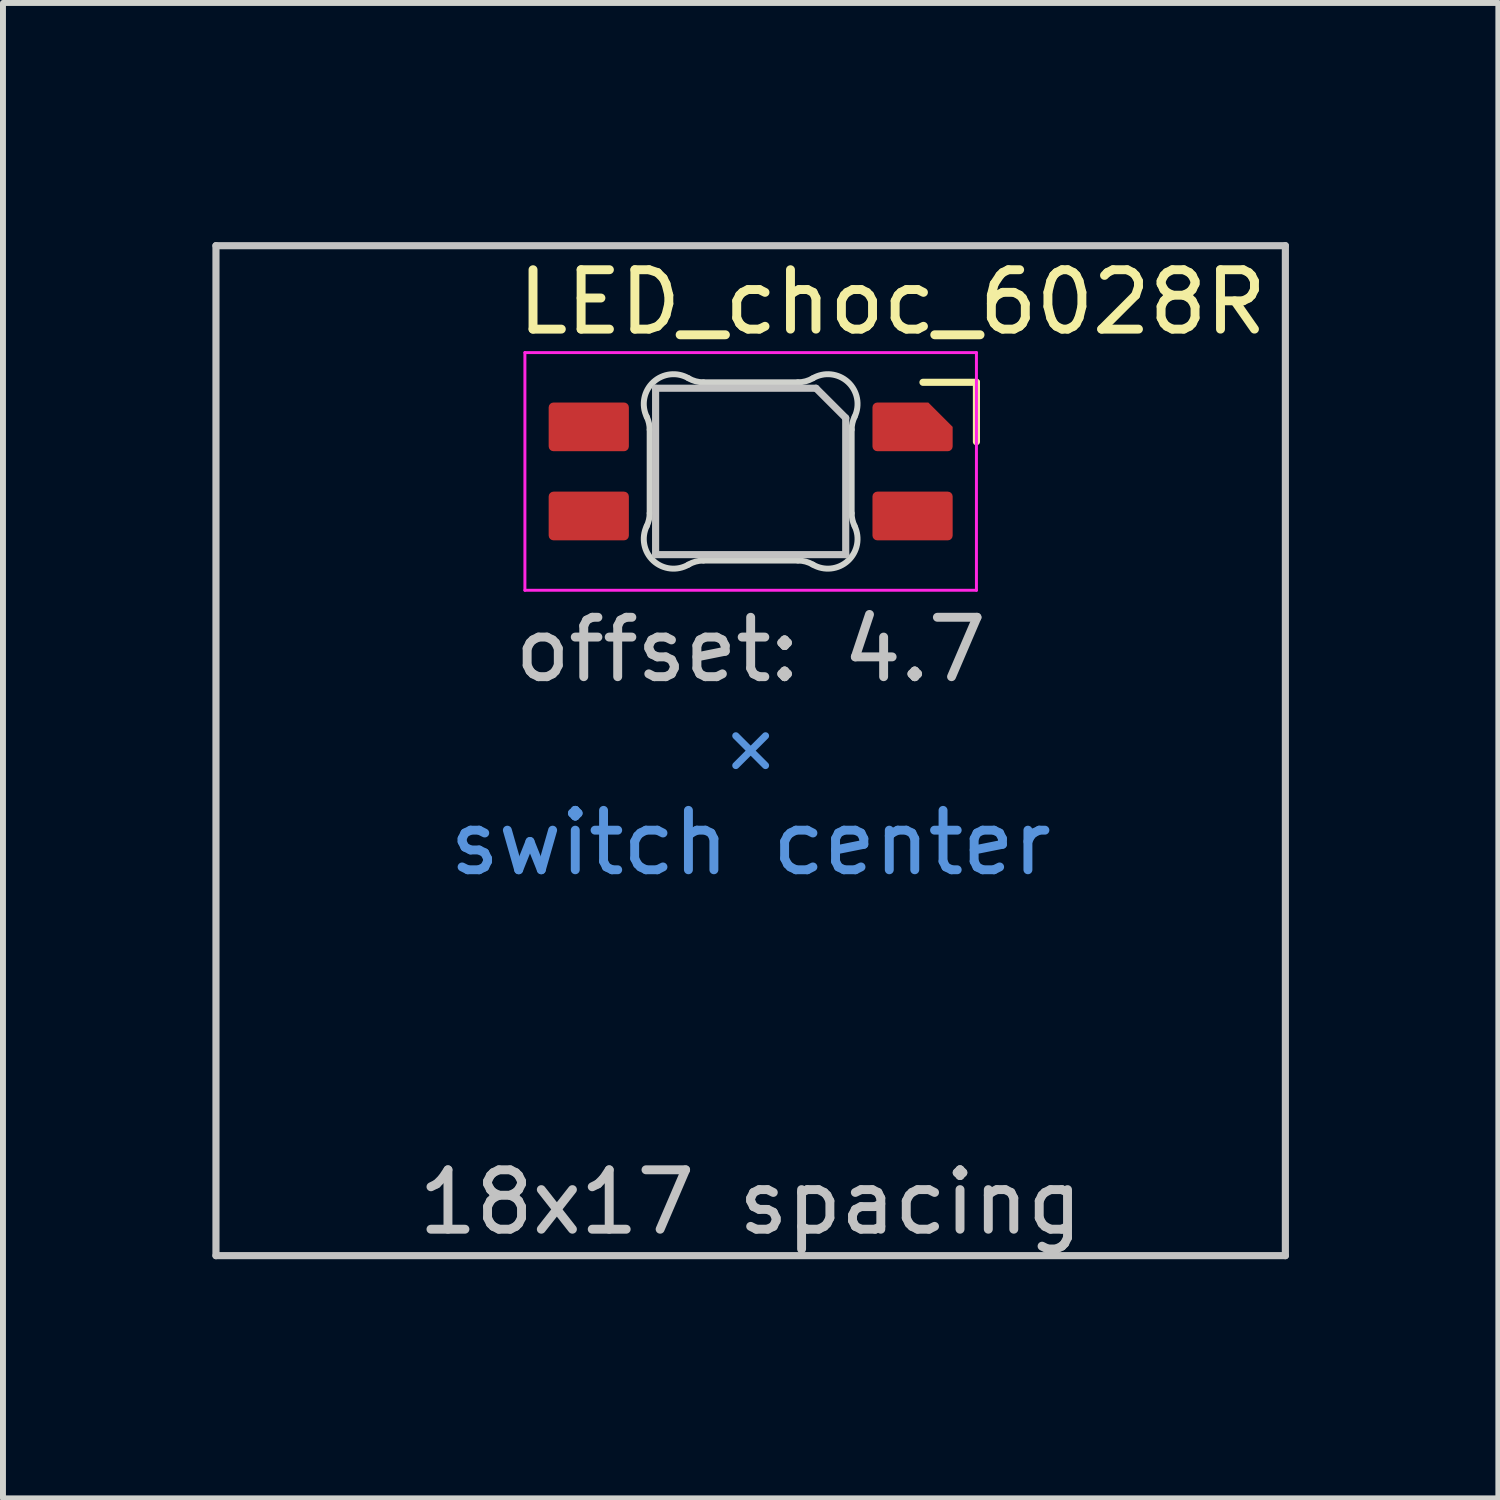
<source format=kicad_pcb>
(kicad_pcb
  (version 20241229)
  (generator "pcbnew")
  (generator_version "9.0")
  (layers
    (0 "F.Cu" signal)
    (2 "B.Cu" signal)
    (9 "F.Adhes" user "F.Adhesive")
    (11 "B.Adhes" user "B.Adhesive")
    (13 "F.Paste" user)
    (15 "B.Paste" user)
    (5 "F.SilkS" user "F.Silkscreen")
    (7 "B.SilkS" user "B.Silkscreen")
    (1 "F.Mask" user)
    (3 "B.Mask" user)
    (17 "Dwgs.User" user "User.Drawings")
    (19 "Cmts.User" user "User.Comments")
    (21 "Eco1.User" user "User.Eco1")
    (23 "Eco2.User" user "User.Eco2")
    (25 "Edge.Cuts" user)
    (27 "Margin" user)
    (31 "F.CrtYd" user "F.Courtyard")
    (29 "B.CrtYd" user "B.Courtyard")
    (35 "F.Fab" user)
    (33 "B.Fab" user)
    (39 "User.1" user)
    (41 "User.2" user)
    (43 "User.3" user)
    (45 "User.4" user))
  (footprint "LED_choc_6028R"
    (layer "F.Cu")
    (at 9.585 4.885)
    (property "Reference" "LED_choc_6028R" (at -4 -2.85 180) (layer "F.SilkS") (effects (font (size 1 1) (thickness 0.15)) (justify left)))
    (attr smd)
    (fp_line (start 3.8 -1.5) (end 2.9 -1.5) (stroke (width 0.12) (type solid)) (layer "F.SilkS"))
    (fp_line (start 3.8 -0.5) (end 3.8 -1.5) (stroke (width 0.12) (type solid)) (layer "F.SilkS"))
    (fp_line (start -9 -3.8) (end -9 13.2) (stroke (width 0.12) (type solid)) (layer "Dwgs.User"))
    (fp_line (start -9 13.2) (end 9 13.2) (stroke (width 0.12) (type solid)) (layer "Dwgs.User"))
    (fp_line (start -1.6 -1.4) (end 1.1 -1.4) (stroke (width 0.12) (type solid)) (layer "Dwgs.User"))
    (fp_line (start -1.6 1.4) (end -1.6 -1.4) (stroke (width 0.12) (type solid)) (layer "Dwgs.User"))
    (fp_line (start 1.6 -0.9) (end 1.1 -1.4) (stroke (width 0.12) (type solid)) (layer "Dwgs.User"))
    (fp_line (start 1.6 -0.9) (end 1.6 1.4) (stroke (width 0.12) (type solid)) (layer "Dwgs.User"))
    (fp_line (start 1.6 1.4) (end -1.6 1.4) (stroke (width 0.12) (type solid)) (layer "Dwgs.User"))
    (fp_line (start 9 -3.8) (end -9 -3.8) (stroke (width 0.12) (type solid)) (layer "Dwgs.User"))
    (fp_line (start 9 13.2) (end 9 -3.8) (stroke (width 0.12) (type solid)) (layer "Dwgs.User"))
    (fp_line (start -0.25 4.45) (end 0 4.7) (stroke (width 0.12) (type solid)) (layer "Cmts.User"))
    (fp_line (start 0 4.7) (end -0.25 4.95) (stroke (width 0.12) (type solid)) (layer "Cmts.User"))
    (fp_line (start 0 4.7) (end 0.25 4.95) (stroke (width 0.12) (type solid)) (layer "Cmts.User"))
    (fp_line (start 0.25 4.45) (end 0 4.7) (stroke (width 0.12) (type solid)) (layer "Cmts.User"))
    (fp_line (start -9.525 -4.825) (end 9.525 -4.825) (stroke (width 0.12) (type solid)) (layer "Eco1.User"))
    (fp_line (start -9.525 14.225) (end -9.525 -4.825) (stroke (width 0.12) (type solid)) (layer "Eco1.User"))
    (fp_line (start 9.525 -4.825) (end 9.525 14.225) (stroke (width 0.12) (type solid)) (layer "Eco1.User"))
    (fp_line (start 9.525 14.225) (end -9.525 14.225) (stroke (width 0.12) (type solid)) (layer "Eco1.User"))
    (fp_line (start -1.7 -0.703) (end -1.7 0.703) (stroke (width 0.1) (type solid)) (layer "Edge.Cuts"))
    (fp_line (start -0.794 1.5) (end 0.794 1.5) (stroke (width 0.1) (type solid)) (layer "Edge.Cuts"))
    (fp_line (start 0.794 -1.5) (end -0.794 -1.5) (stroke (width 0.1) (type solid)) (layer "Edge.Cuts"))
    (fp_line (start 1.7 0.703) (end 1.7 -0.703) (stroke (width 0.1) (type solid)) (layer "Edge.Cuts"))
    (fp_arc (start -1.749484 -0.919719) (mid -1.712527 -0.814067) (end -1.699999 -0.702842) (stroke (width 0.1) (type solid)) (layer "Edge.Cuts"))
    (fp_arc (start -1.749484 -0.919719) (mid -1.63807 -1.504033) (end -1.046711 -1.568296) (stroke (width 0.1) (type solid)) (layer "Edge.Cuts"))
    (fp_arc (start -1.699999 0.702843) (mid -1.712527 0.814069) (end -1.749484 0.919721) (stroke (width 0.1) (type solid)) (layer "Edge.Cuts"))
    (fp_arc (start -1.046711 1.5683) (mid -1.638071 1.504036) (end -1.749484 0.919721) (stroke (width 0.1) (type solid)) (layer "Edge.Cuts"))
    (fp_arc (start -1.046711 1.5683) (mid -0.925123 1.517378) (end -0.794453 1.500001) (stroke (width 0.1) (type solid)) (layer "Edge.Cuts"))
    (fp_arc (start -0.794452 -1.499999) (mid -0.925122 -1.517376) (end -1.04671 -1.568298) (stroke (width 0.1) (type solid)) (layer "Edge.Cuts"))
    (fp_arc (start 0.794453 1.5) (mid 0.925123 1.517377) (end 1.046711 1.568299) (stroke (width 0.1) (type solid)) (layer "Edge.Cuts"))
    (fp_arc (start 1.046711 -1.568298) (mid 0.925123 -1.517376) (end 0.794452 -1.499999) (stroke (width 0.1) (type solid)) (layer "Edge.Cuts"))
    (fp_arc (start 1.046711 -1.568298) (mid 1.638072 -1.504034) (end 1.749484 -0.919718) (stroke (width 0.1) (type solid)) (layer "Edge.Cuts"))
    (fp_arc (start 1.699999 -0.702841) (mid 1.712527 -0.814067) (end 1.749484 -0.919719) (stroke (width 0.1) (type solid)) (layer "Edge.Cuts"))
    (fp_arc (start 1.749484 0.919721) (mid 1.638071 1.504035) (end 1.046711 1.568299) (stroke (width 0.1) (type solid)) (layer "Edge.Cuts"))
    (fp_arc (start 1.749484 0.919721) (mid 1.712527 0.814069) (end 1.699999 0.702844) (stroke (width 0.1) (type solid)) (layer "Edge.Cuts"))
    (fp_line (start -3.8 -2) (end 3.8 -2) (stroke (width 0.05) (type solid)) (layer "F.CrtYd"))
    (fp_line (start -3.8 2) (end -3.8 -2) (stroke (width 0.05) (type solid)) (layer "F.CrtYd"))
    (fp_line (start 3.8 -2) (end 3.8 2) (stroke (width 0.05) (type solid)) (layer "F.CrtYd"))
    (fp_line (start 3.8 2) (end -3.8 2) (stroke (width 0.05) (type solid)) (layer "F.CrtYd"))
    (fp_text user "18x17 spacing" (at 0 12.3 180) (layer "Dwgs.User") (effects (font (size 1 1) (thickness 0.15))))
    (fp_text user "offset: 4.7" (at 0 3 180) (layer "Dwgs.User") (effects (font (size 1 1) (thickness 0.15))))
    (fp_text user "switch center" (at 0 6.25 180) (layer "Cmts.User") (effects (font (size 1 1) (thickness 0.15))))
    (fp_text user "19.05 spacing" (at 0 13.4 180) (layer "Eco1.User") (effects (font (size 1 1) (thickness 0.15))))
    (pad "1" smd roundrect (at -2.725 0.75 270) (size 0.82 1.35) (layers "F.Cu" "F.Mask" "F.Paste") (roundrect_rratio 0.1))
    (pad "2" smd roundrect (at -2.725 -0.75 270) (size 0.82 1.35) (layers "F.Cu" "F.Mask" "F.Paste") (roundrect_rratio 0.1))
    (pad "3" smd roundrect (at 2.725 0.75 270) (size 0.82 1.35) (layers "F.Cu" "F.Mask" "F.Paste") (roundrect_rratio 0.1))
    (pad "4" smd roundrect (at 2.725 -0.75 270) (size 0.82 1.35) (layers "F.Cu" "F.Mask" "F.Paste") (roundrect_rratio 0.1) (chamfer_ratio 0.5) (chamfer top_left)))
  (gr_rect
    (start -3 -3)
    (end 22.17 22.17)
    (stroke (width 0.1) (type default))
    (fill no)
    (layer "Edge.Cuts")))
</source>
